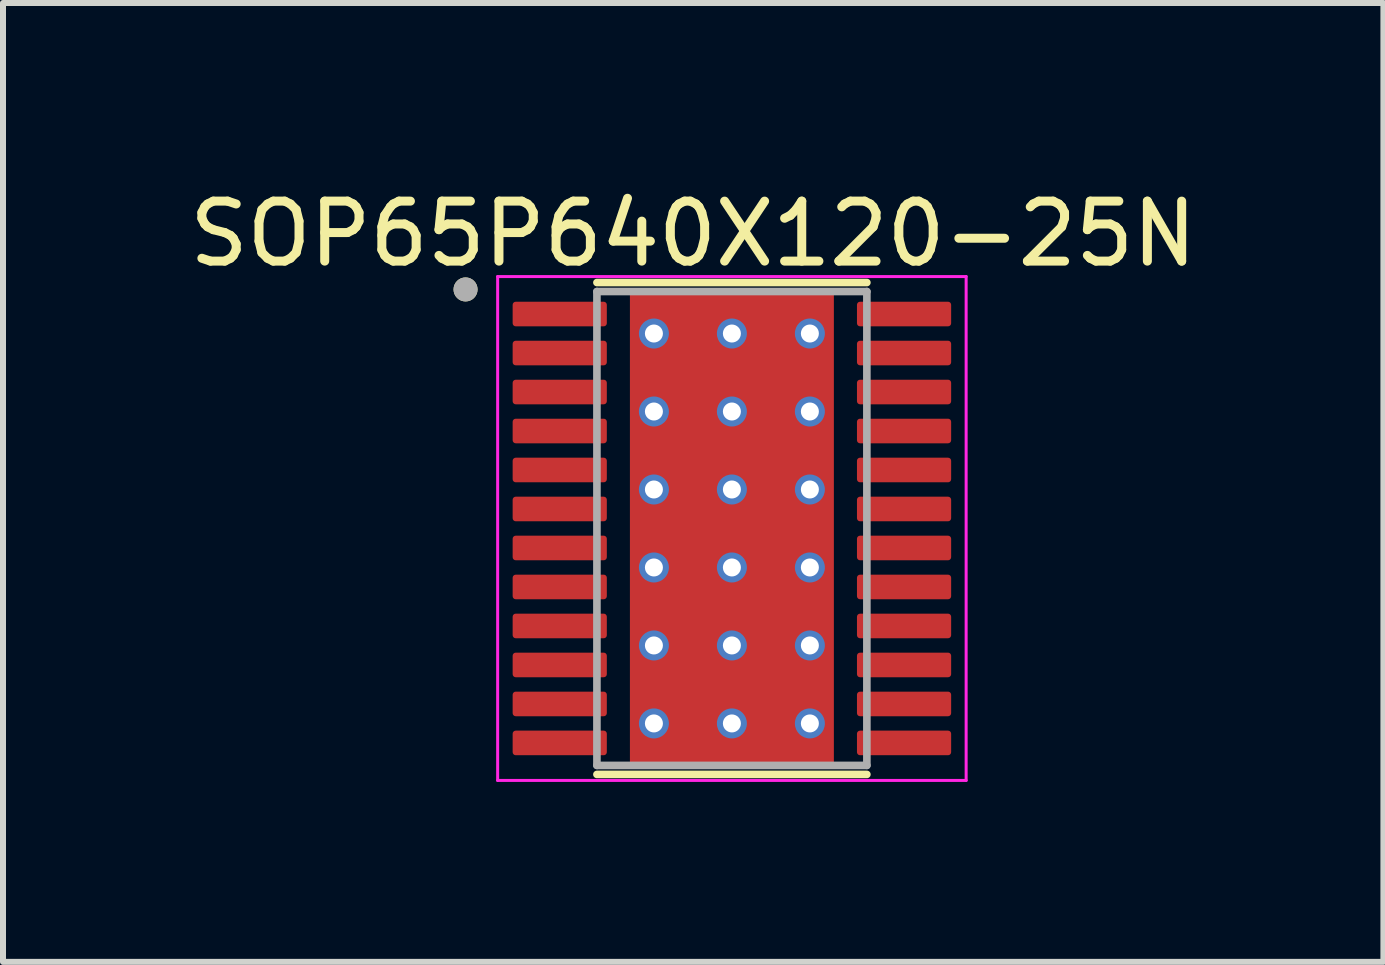
<source format=kicad_pcb>
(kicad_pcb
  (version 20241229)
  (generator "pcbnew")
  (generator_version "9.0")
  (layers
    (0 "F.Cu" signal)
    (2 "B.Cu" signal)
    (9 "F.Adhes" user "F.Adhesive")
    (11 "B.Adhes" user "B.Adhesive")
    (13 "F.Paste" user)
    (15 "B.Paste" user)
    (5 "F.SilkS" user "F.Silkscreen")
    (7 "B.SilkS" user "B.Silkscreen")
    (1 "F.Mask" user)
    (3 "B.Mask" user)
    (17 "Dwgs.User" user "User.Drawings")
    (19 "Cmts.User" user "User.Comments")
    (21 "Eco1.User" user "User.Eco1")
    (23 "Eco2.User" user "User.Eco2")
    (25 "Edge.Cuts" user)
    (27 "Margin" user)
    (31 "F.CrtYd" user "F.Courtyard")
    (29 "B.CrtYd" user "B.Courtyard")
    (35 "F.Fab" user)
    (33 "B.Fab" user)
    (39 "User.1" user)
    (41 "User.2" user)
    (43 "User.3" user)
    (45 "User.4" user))
  (footprint "SOP65P640X120-25N"
    (layer "F.Cu")
    (at 9.151 5.76)
    (property "Reference" "SOP65P640X120-25N" (at -0.645 -4.912 0) (layer "F.SilkS") (effects (font (size 1 1) (thickness 0.15))))
    (attr smd)
    (fp_poly (pts (xy -1.6 -2.63) (xy 1.6 -2.63) (xy 1.6 2.63) (xy -1.6 2.63)) (stroke (width 0.01) (type solid)) (fill yes) (layer "F.Mask"))
    (fp_line (start -2.25 -4.1) (end 2.25 -4.1) (stroke (width 0.127) (type solid)) (layer "F.SilkS"))
    (fp_line (start -2.25 4.1) (end 2.25 4.1) (stroke (width 0.127) (type solid)) (layer "F.SilkS"))
    (fp_circle (center -4.44 -3.985) (end -4.34 -3.985) (stroke (width 0.2) (type solid)) (fill no) (layer "F.SilkS"))
    (fp_poly (pts (xy -1.6 -2.63) (xy 1.6 -2.63) (xy 1.6 2.63) (xy -1.6 2.63)) (stroke (width 0.01) (type solid)) (fill yes) (layer "F.Paste"))
    (fp_line (start -3.905 -4.2) (end -3.905 4.2) (stroke (width 0.05) (type solid)) (layer "F.CrtYd"))
    (fp_line (start -3.905 -4.2) (end 3.905 -4.2) (stroke (width 0.05) (type solid)) (layer "F.CrtYd"))
    (fp_line (start -3.905 4.2) (end 3.905 4.2) (stroke (width 0.05) (type solid)) (layer "F.CrtYd"))
    (fp_line (start 3.905 -4.2) (end 3.905 4.2) (stroke (width 0.05) (type solid)) (layer "F.CrtYd"))
    (fp_line (start -2.25 -3.95) (end -2.25 3.95) (stroke (width 0.127) (type solid)) (layer "F.Fab"))
    (fp_line (start -2.25 -3.95) (end 2.25 -3.95) (stroke (width 0.127) (type solid)) (layer "F.Fab"))
    (fp_line (start -2.25 3.95) (end 2.25 3.95) (stroke (width 0.127) (type solid)) (layer "F.Fab"))
    (fp_line (start 2.25 -3.95) (end 2.25 3.95) (stroke (width 0.127) (type solid)) (layer "F.Fab"))
    (fp_circle (center -4.44 -3.985) (end -4.34 -3.985) (stroke (width 0.2) (type solid)) (fill no) (layer "F.Fab"))
    (pad "1" smd roundrect (at -2.87 -3.575) (size 1.57 0.41) (layers "F.Cu" "F.Mask" "F.Paste") (roundrect_rratio 0.125))
    (pad "2" smd roundrect (at -2.87 -2.925) (size 1.57 0.41) (layers "F.Cu" "F.Mask" "F.Paste") (roundrect_rratio 0.125))
    (pad "3" smd roundrect (at -2.87 -2.275) (size 1.57 0.41) (layers "F.Cu" "F.Mask" "F.Paste") (roundrect_rratio 0.125))
    (pad "4" smd roundrect (at -2.87 -1.625) (size 1.57 0.41) (layers "F.Cu" "F.Mask" "F.Paste") (roundrect_rratio 0.125))
    (pad "5" smd roundrect (at -2.87 -0.975) (size 1.57 0.41) (layers "F.Cu" "F.Mask" "F.Paste") (roundrect_rratio 0.125))
    (pad "6" smd roundrect (at -2.87 -0.325) (size 1.57 0.41) (layers "F.Cu" "F.Mask" "F.Paste") (roundrect_rratio 0.125))
    (pad "7" smd roundrect (at -2.87 0.325) (size 1.57 0.41) (layers "F.Cu" "F.Mask" "F.Paste") (roundrect_rratio 0.125))
    (pad "8" smd roundrect (at -2.87 0.975) (size 1.57 0.41) (layers "F.Cu" "F.Mask" "F.Paste") (roundrect_rratio 0.125))
    (pad "9" smd roundrect (at -2.87 1.625) (size 1.57 0.41) (layers "F.Cu" "F.Mask" "F.Paste") (roundrect_rratio 0.125))
    (pad "10" smd roundrect (at -2.87 2.275) (size 1.57 0.41) (layers "F.Cu" "F.Mask" "F.Paste") (roundrect_rratio 0.125))
    (pad "11" smd roundrect (at -2.87 2.925) (size 1.57 0.41) (layers "F.Cu" "F.Mask" "F.Paste") (roundrect_rratio 0.125))
    (pad "12" smd roundrect (at -2.87 3.575) (size 1.57 0.41) (layers "F.Cu" "F.Mask" "F.Paste") (roundrect_rratio 0.125))
    (pad "13" smd roundrect (at 2.87 3.575) (size 1.57 0.41) (layers "F.Cu" "F.Mask" "F.Paste") (roundrect_rratio 0.125))
    (pad "14" smd roundrect (at 2.87 2.925) (size 1.57 0.41) (layers "F.Cu" "F.Mask" "F.Paste") (roundrect_rratio 0.125))
    (pad "15" smd roundrect (at 2.87 2.275) (size 1.57 0.41) (layers "F.Cu" "F.Mask" "F.Paste") (roundrect_rratio 0.125))
    (pad "16" smd roundrect (at 2.87 1.625) (size 1.57 0.41) (layers "F.Cu" "F.Mask" "F.Paste") (roundrect_rratio 0.125))
    (pad "17" smd roundrect (at 2.87 0.975) (size 1.57 0.41) (layers "F.Cu" "F.Mask" "F.Paste") (roundrect_rratio 0.125))
    (pad "18" smd roundrect (at 2.87 0.325) (size 1.57 0.41) (layers "F.Cu" "F.Mask" "F.Paste") (roundrect_rratio 0.125))
    (pad "19" smd roundrect (at 2.87 -0.325) (size 1.57 0.41) (layers "F.Cu" "F.Mask" "F.Paste") (roundrect_rratio 0.125))
    (pad "20" smd roundrect (at 2.87 -0.975) (size 1.57 0.41) (layers "F.Cu" "F.Mask" "F.Paste") (roundrect_rratio 0.125))
    (pad "21" smd roundrect (at 2.87 -1.625) (size 1.57 0.41) (layers "F.Cu" "F.Mask" "F.Paste") (roundrect_rratio 0.125))
    (pad "22" smd roundrect (at 2.87 -2.275) (size 1.57 0.41) (layers "F.Cu" "F.Mask" "F.Paste") (roundrect_rratio 0.125))
    (pad "23" smd roundrect (at 2.87 -2.925) (size 1.57 0.41) (layers "F.Cu" "F.Mask" "F.Paste") (roundrect_rratio 0.125))
    (pad "24" smd roundrect (at 2.87 -3.575) (size 1.57 0.41) (layers "F.Cu" "F.Mask" "F.Paste") (roundrect_rratio 0.125))
    (pad "25" smd rect (at 0 0) (size 3.4 7.8) (layers "F.Cu"))
    (pad "P1" thru_hole circle (at -1.3 -3.25) (size 0.5 0.5) (drill 0.3) (layers "*.Cu"))
    (pad "P2" thru_hole circle (at 0 -3.25) (size 0.5 0.5) (drill 0.3) (layers "*.Cu"))
    (pad "P3" thru_hole circle (at 1.3 -3.25) (size 0.5 0.5) (drill 0.3) (layers "*.Cu"))
    (pad "P4" thru_hole circle (at -1.3 -1.95) (size 0.5 0.5) (drill 0.3) (layers "*.Cu"))
    (pad "P5" thru_hole circle (at 0 -1.95) (size 0.5 0.5) (drill 0.3) (layers "*.Cu"))
    (pad "P6" thru_hole circle (at 1.3 -1.95) (size 0.5 0.5) (drill 0.3) (layers "*.Cu"))
    (pad "P7" thru_hole circle (at -1.3 -0.65) (size 0.5 0.5) (drill 0.3) (layers "*.Cu"))
    (pad "P8" thru_hole circle (at 0 -0.65) (size 0.5 0.5) (drill 0.3) (layers "*.Cu"))
    (pad "P9" thru_hole circle (at 1.3 -0.65) (size 0.5 0.5) (drill 0.3) (layers "*.Cu"))
    (pad "P10" thru_hole circle (at -1.3 0.65) (size 0.5 0.5) (drill 0.3) (layers "*.Cu"))
    (pad "P11" thru_hole circle (at 0 0.65) (size 0.5 0.5) (drill 0.3) (layers "*.Cu"))
    (pad "P12" thru_hole circle (at 1.3 0.65) (size 0.5 0.5) (drill 0.3) (layers "*.Cu"))
    (pad "P13" thru_hole circle (at -1.3 1.95) (size 0.5 0.5) (drill 0.3) (layers "*.Cu"))
    (pad "P14" thru_hole circle (at 0 1.95) (size 0.5 0.5) (drill 0.3) (layers "*.Cu"))
    (pad "P15" thru_hole circle (at 1.3 1.95) (size 0.5 0.5) (drill 0.3) (layers "*.Cu"))
    (pad "P16" thru_hole circle (at -1.3 3.25) (size 0.5 0.5) (drill 0.3) (layers "*.Cu"))
    (pad "P17" thru_hole circle (at 0 3.25) (size 0.5 0.5) (drill 0.3) (layers "*.Cu"))
    (pad "P18" thru_hole circle (at 1.3 3.25) (size 0.5 0.5) (drill 0.3) (layers "*.Cu")))
  (gr_rect
    (start -3 -3)
    (end 20.012 12.985)
    (stroke (width 0.1) (type default))
    (fill no)
    (layer "Edge.Cuts")))
</source>
